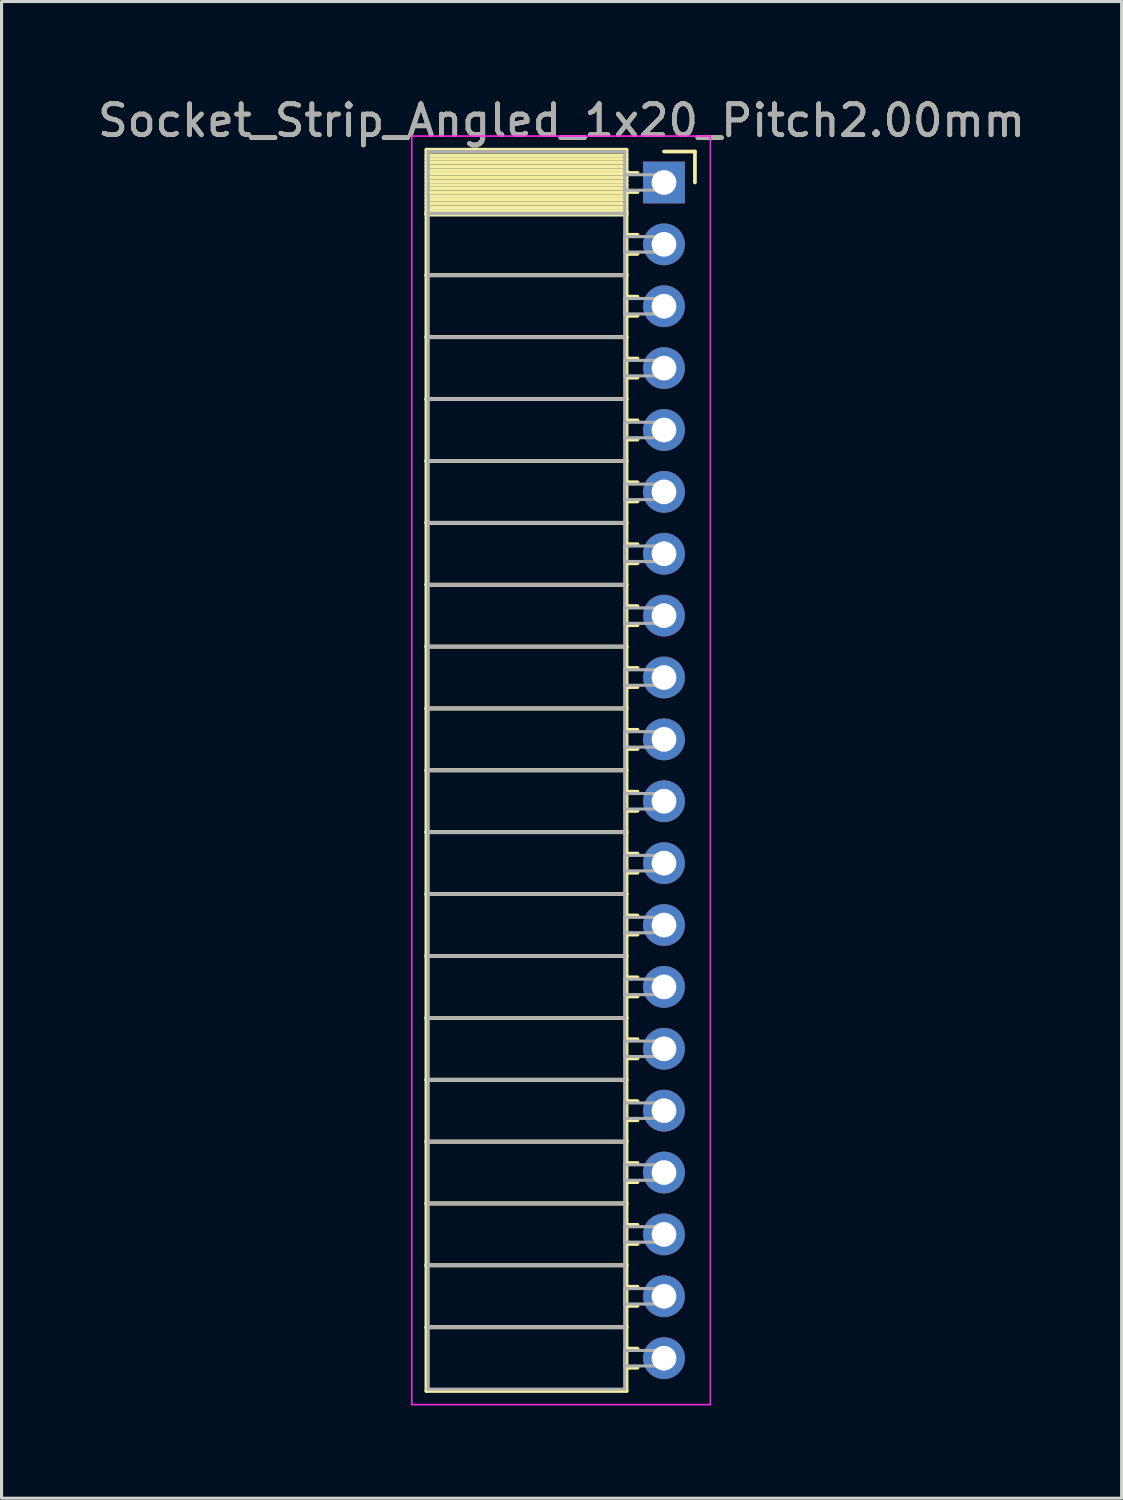
<source format=kicad_pcb>
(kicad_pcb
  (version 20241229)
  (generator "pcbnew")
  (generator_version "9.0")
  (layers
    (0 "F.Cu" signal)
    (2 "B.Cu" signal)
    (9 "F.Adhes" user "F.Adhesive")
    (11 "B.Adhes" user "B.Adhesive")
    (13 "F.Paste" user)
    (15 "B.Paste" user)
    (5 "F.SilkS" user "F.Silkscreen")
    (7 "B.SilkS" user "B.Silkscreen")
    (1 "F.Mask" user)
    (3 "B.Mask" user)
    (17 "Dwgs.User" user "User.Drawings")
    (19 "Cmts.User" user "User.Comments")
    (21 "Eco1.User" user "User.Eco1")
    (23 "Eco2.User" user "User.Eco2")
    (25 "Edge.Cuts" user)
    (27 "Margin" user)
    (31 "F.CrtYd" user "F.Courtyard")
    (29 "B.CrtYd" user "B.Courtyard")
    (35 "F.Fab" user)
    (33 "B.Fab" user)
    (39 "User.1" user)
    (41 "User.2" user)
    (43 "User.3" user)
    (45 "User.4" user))
  (footprint "Socket_Strip_Angled_1x20_Pitch2.00mm"
    (layer "F.Cu")
    (at 18.411 2.848)
    (property "Reference" "Socket_Strip_Angled_1x20_Pitch2.00mm" (at -3.31 -2 0) (layer "F.SilkS") (effects (font (size 1 1) (thickness 0.15))))
    (attr through_hole)
    (fp_line (start -7.68 -1.06) (end -1.21 -1.06) (stroke (width 0.12) (type solid)) (layer "F.SilkS"))
    (fp_line (start -7.68 1) (end -7.68 -1.06) (stroke (width 0.12) (type solid)) (layer "F.SilkS"))
    (fp_line (start -7.68 1) (end -1.21 1) (stroke (width 0.12) (type solid)) (layer "F.SilkS"))
    (fp_line (start -7.68 3) (end -7.68 1) (stroke (width 0.12) (type solid)) (layer "F.SilkS"))
    (fp_line (start -7.68 3) (end -1.21 3) (stroke (width 0.12) (type solid)) (layer "F.SilkS"))
    (fp_line (start -7.68 5) (end -7.68 3) (stroke (width 0.12) (type solid)) (layer "F.SilkS"))
    (fp_line (start -7.68 5) (end -1.21 5) (stroke (width 0.12) (type solid)) (layer "F.SilkS"))
    (fp_line (start -7.68 7) (end -7.68 5) (stroke (width 0.12) (type solid)) (layer "F.SilkS"))
    (fp_line (start -7.68 7) (end -1.21 7) (stroke (width 0.12) (type solid)) (layer "F.SilkS"))
    (fp_line (start -7.68 9) (end -7.68 7) (stroke (width 0.12) (type solid)) (layer "F.SilkS"))
    (fp_line (start -7.68 9) (end -1.21 9) (stroke (width 0.12) (type solid)) (layer "F.SilkS"))
    (fp_line (start -7.68 11) (end -7.68 9) (stroke (width 0.12) (type solid)) (layer "F.SilkS"))
    (fp_line (start -7.68 11) (end -1.21 11) (stroke (width 0.12) (type solid)) (layer "F.SilkS"))
    (fp_line (start -7.68 13) (end -7.68 11) (stroke (width 0.12) (type solid)) (layer "F.SilkS"))
    (fp_line (start -7.68 13) (end -1.21 13) (stroke (width 0.12) (type solid)) (layer "F.SilkS"))
    (fp_line (start -7.68 15) (end -7.68 13) (stroke (width 0.12) (type solid)) (layer "F.SilkS"))
    (fp_line (start -7.68 15) (end -1.21 15) (stroke (width 0.12) (type solid)) (layer "F.SilkS"))
    (fp_line (start -7.68 17) (end -7.68 15) (stroke (width 0.12) (type solid)) (layer "F.SilkS"))
    (fp_line (start -7.68 17) (end -1.21 17) (stroke (width 0.12) (type solid)) (layer "F.SilkS"))
    (fp_line (start -7.68 19) (end -7.68 17) (stroke (width 0.12) (type solid)) (layer "F.SilkS"))
    (fp_line (start -7.68 19) (end -1.21 19) (stroke (width 0.12) (type solid)) (layer "F.SilkS"))
    (fp_line (start -7.68 21) (end -7.68 19) (stroke (width 0.12) (type solid)) (layer "F.SilkS"))
    (fp_line (start -7.68 21) (end -1.21 21) (stroke (width 0.12) (type solid)) (layer "F.SilkS"))
    (fp_line (start -7.68 23) (end -7.68 21) (stroke (width 0.12) (type solid)) (layer "F.SilkS"))
    (fp_line (start -7.68 23) (end -1.21 23) (stroke (width 0.12) (type solid)) (layer "F.SilkS"))
    (fp_line (start -7.68 25) (end -7.68 23) (stroke (width 0.12) (type solid)) (layer "F.SilkS"))
    (fp_line (start -7.68 25) (end -1.21 25) (stroke (width 0.12) (type solid)) (layer "F.SilkS"))
    (fp_line (start -7.68 27) (end -7.68 25) (stroke (width 0.12) (type solid)) (layer "F.SilkS"))
    (fp_line (start -7.68 27) (end -1.21 27) (stroke (width 0.12) (type solid)) (layer "F.SilkS"))
    (fp_line (start -7.68 29) (end -7.68 27) (stroke (width 0.12) (type solid)) (layer "F.SilkS"))
    (fp_line (start -7.68 29) (end -1.21 29) (stroke (width 0.12) (type solid)) (layer "F.SilkS"))
    (fp_line (start -7.68 31) (end -7.68 29) (stroke (width 0.12) (type solid)) (layer "F.SilkS"))
    (fp_line (start -7.68 31) (end -1.21 31) (stroke (width 0.12) (type solid)) (layer "F.SilkS"))
    (fp_line (start -7.68 33) (end -7.68 31) (stroke (width 0.12) (type solid)) (layer "F.SilkS"))
    (fp_line (start -7.68 33) (end -1.21 33) (stroke (width 0.12) (type solid)) (layer "F.SilkS"))
    (fp_line (start -7.68 35) (end -7.68 33) (stroke (width 0.12) (type solid)) (layer "F.SilkS"))
    (fp_line (start -7.68 35) (end -1.21 35) (stroke (width 0.12) (type solid)) (layer "F.SilkS"))
    (fp_line (start -7.68 37) (end -7.68 35) (stroke (width 0.12) (type solid)) (layer "F.SilkS"))
    (fp_line (start -7.68 37) (end -1.21 37) (stroke (width 0.12) (type solid)) (layer "F.SilkS"))
    (fp_line (start -7.68 39.06) (end -7.68 37) (stroke (width 0.12) (type solid)) (layer "F.SilkS"))
    (fp_line (start -1.21 -1.06) (end -1.21 1) (stroke (width 0.12) (type solid)) (layer "F.SilkS"))
    (fp_line (start -1.21 -0.88) (end -7.68 -0.88) (stroke (width 0.12) (type solid)) (layer "F.SilkS"))
    (fp_line (start -1.21 -0.76) (end -7.68 -0.76) (stroke (width 0.12) (type solid)) (layer "F.SilkS"))
    (fp_line (start -1.21 -0.64) (end -7.68 -0.64) (stroke (width 0.12) (type solid)) (layer "F.SilkS"))
    (fp_line (start -1.21 -0.52) (end -7.68 -0.52) (stroke (width 0.12) (type solid)) (layer "F.SilkS"))
    (fp_line (start -1.21 -0.4) (end -7.68 -0.4) (stroke (width 0.12) (type solid)) (layer "F.SilkS"))
    (fp_line (start -1.21 -0.28) (end -7.68 -0.28) (stroke (width 0.12) (type solid)) (layer "F.SilkS"))
    (fp_line (start -1.21 -0.16) (end -7.68 -0.16) (stroke (width 0.12) (type solid)) (layer "F.SilkS"))
    (fp_line (start -1.21 -0.04) (end -7.68 -0.04) (stroke (width 0.12) (type solid)) (layer "F.SilkS"))
    (fp_line (start -1.21 0.08) (end -7.68 0.08) (stroke (width 0.12) (type solid)) (layer "F.SilkS"))
    (fp_line (start -1.21 0.2) (end -7.68 0.2) (stroke (width 0.12) (type solid)) (layer "F.SilkS"))
    (fp_line (start -1.21 0.32) (end -7.68 0.32) (stroke (width 0.12) (type solid)) (layer "F.SilkS"))
    (fp_line (start -1.21 0.44) (end -7.68 0.44) (stroke (width 0.12) (type solid)) (layer "F.SilkS"))
    (fp_line (start -1.21 0.56) (end -7.68 0.56) (stroke (width 0.12) (type solid)) (layer "F.SilkS"))
    (fp_line (start -1.21 0.68) (end -7.68 0.68) (stroke (width 0.12) (type solid)) (layer "F.SilkS"))
    (fp_line (start -1.21 0.8) (end -7.68 0.8) (stroke (width 0.12) (type solid)) (layer "F.SilkS"))
    (fp_line (start -1.21 0.92) (end -7.68 0.92) (stroke (width 0.12) (type solid)) (layer "F.SilkS"))
    (fp_line (start -1.21 1) (end -7.68 1) (stroke (width 0.12) (type solid)) (layer "F.SilkS"))
    (fp_line (start -1.21 1) (end -1.21 3) (stroke (width 0.12) (type solid)) (layer "F.SilkS"))
    (fp_line (start -1.21 1.04) (end -7.68 1.04) (stroke (width 0.12) (type solid)) (layer "F.SilkS"))
    (fp_line (start -1.21 3) (end -7.68 3) (stroke (width 0.12) (type solid)) (layer "F.SilkS"))
    (fp_line (start -1.21 3) (end -1.21 5) (stroke (width 0.12) (type solid)) (layer "F.SilkS"))
    (fp_line (start -1.21 5) (end -7.68 5) (stroke (width 0.12) (type solid)) (layer "F.SilkS"))
    (fp_line (start -1.21 5) (end -1.21 7) (stroke (width 0.12) (type solid)) (layer "F.SilkS"))
    (fp_line (start -1.21 7) (end -7.68 7) (stroke (width 0.12) (type solid)) (layer "F.SilkS"))
    (fp_line (start -1.21 7) (end -1.21 9) (stroke (width 0.12) (type solid)) (layer "F.SilkS"))
    (fp_line (start -1.21 9) (end -7.68 9) (stroke (width 0.12) (type solid)) (layer "F.SilkS"))
    (fp_line (start -1.21 9) (end -1.21 11) (stroke (width 0.12) (type solid)) (layer "F.SilkS"))
    (fp_line (start -1.21 11) (end -7.68 11) (stroke (width 0.12) (type solid)) (layer "F.SilkS"))
    (fp_line (start -1.21 11) (end -1.21 13) (stroke (width 0.12) (type solid)) (layer "F.SilkS"))
    (fp_line (start -1.21 13) (end -7.68 13) (stroke (width 0.12) (type solid)) (layer "F.SilkS"))
    (fp_line (start -1.21 13) (end -1.21 15) (stroke (width 0.12) (type solid)) (layer "F.SilkS"))
    (fp_line (start -1.21 15) (end -7.68 15) (stroke (width 0.12) (type solid)) (layer "F.SilkS"))
    (fp_line (start -1.21 15) (end -1.21 17) (stroke (width 0.12) (type solid)) (layer "F.SilkS"))
    (fp_line (start -1.21 17) (end -7.68 17) (stroke (width 0.12) (type solid)) (layer "F.SilkS"))
    (fp_line (start -1.21 17) (end -1.21 19) (stroke (width 0.12) (type solid)) (layer "F.SilkS"))
    (fp_line (start -1.21 19) (end -7.68 19) (stroke (width 0.12) (type solid)) (layer "F.SilkS"))
    (fp_line (start -1.21 19) (end -1.21 21) (stroke (width 0.12) (type solid)) (layer "F.SilkS"))
    (fp_line (start -1.21 21) (end -7.68 21) (stroke (width 0.12) (type solid)) (layer "F.SilkS"))
    (fp_line (start -1.21 21) (end -1.21 23) (stroke (width 0.12) (type solid)) (layer "F.SilkS"))
    (fp_line (start -1.21 23) (end -7.68 23) (stroke (width 0.12) (type solid)) (layer "F.SilkS"))
    (fp_line (start -1.21 23) (end -1.21 25) (stroke (width 0.12) (type solid)) (layer "F.SilkS"))
    (fp_line (start -1.21 25) (end -7.68 25) (stroke (width 0.12) (type solid)) (layer "F.SilkS"))
    (fp_line (start -1.21 25) (end -1.21 27) (stroke (width 0.12) (type solid)) (layer "F.SilkS"))
    (fp_line (start -1.21 27) (end -7.68 27) (stroke (width 0.12) (type solid)) (layer "F.SilkS"))
    (fp_line (start -1.21 27) (end -1.21 29) (stroke (width 0.12) (type solid)) (layer "F.SilkS"))
    (fp_line (start -1.21 29) (end -7.68 29) (stroke (width 0.12) (type solid)) (layer "F.SilkS"))
    (fp_line (start -1.21 29) (end -1.21 31) (stroke (width 0.12) (type solid)) (layer "F.SilkS"))
    (fp_line (start -1.21 31) (end -7.68 31) (stroke (width 0.12) (type solid)) (layer "F.SilkS"))
    (fp_line (start -1.21 31) (end -1.21 33) (stroke (width 0.12) (type solid)) (layer "F.SilkS"))
    (fp_line (start -1.21 33) (end -7.68 33) (stroke (width 0.12) (type solid)) (layer "F.SilkS"))
    (fp_line (start -1.21 33) (end -1.21 35) (stroke (width 0.12) (type solid)) (layer "F.SilkS"))
    (fp_line (start -1.21 35) (end -7.68 35) (stroke (width 0.12) (type solid)) (layer "F.SilkS"))
    (fp_line (start -1.21 35) (end -1.21 37) (stroke (width 0.12) (type solid)) (layer "F.SilkS"))
    (fp_line (start -1.21 37) (end -7.68 37) (stroke (width 0.12) (type solid)) (layer "F.SilkS"))
    (fp_line (start -1.21 37) (end -1.21 39.06) (stroke (width 0.12) (type solid)) (layer "F.SilkS"))
    (fp_line (start -1.21 39.06) (end -7.68 39.06) (stroke (width 0.12) (type solid)) (layer "F.SilkS"))
    (fp_line (start -0.855 -0.31) (end -1.21 -0.31) (stroke (width 0.12) (type solid)) (layer "F.SilkS"))
    (fp_line (start -0.855 0.31) (end -1.21 0.31) (stroke (width 0.12) (type solid)) (layer "F.SilkS"))
    (fp_line (start -0.855 1.69) (end -1.21 1.69) (stroke (width 0.12) (type solid)) (layer "F.SilkS"))
    (fp_line (start -0.855 2.31) (end -1.21 2.31) (stroke (width 0.12) (type solid)) (layer "F.SilkS"))
    (fp_line (start -0.855 3.69) (end -1.21 3.69) (stroke (width 0.12) (type solid)) (layer "F.SilkS"))
    (fp_line (start -0.855 4.31) (end -1.21 4.31) (stroke (width 0.12) (type solid)) (layer "F.SilkS"))
    (fp_line (start -0.855 5.69) (end -1.21 5.69) (stroke (width 0.12) (type solid)) (layer "F.SilkS"))
    (fp_line (start -0.855 6.31) (end -1.21 6.31) (stroke (width 0.12) (type solid)) (layer "F.SilkS"))
    (fp_line (start -0.855 7.69) (end -1.21 7.69) (stroke (width 0.12) (type solid)) (layer "F.SilkS"))
    (fp_line (start -0.855 8.31) (end -1.21 8.31) (stroke (width 0.12) (type solid)) (layer "F.SilkS"))
    (fp_line (start -0.855 9.69) (end -1.21 9.69) (stroke (width 0.12) (type solid)) (layer "F.SilkS"))
    (fp_line (start -0.855 10.31) (end -1.21 10.31) (stroke (width 0.12) (type solid)) (layer "F.SilkS"))
    (fp_line (start -0.855 11.69) (end -1.21 11.69) (stroke (width 0.12) (type solid)) (layer "F.SilkS"))
    (fp_line (start -0.855 12.31) (end -1.21 12.31) (stroke (width 0.12) (type solid)) (layer "F.SilkS"))
    (fp_line (start -0.855 13.69) (end -1.21 13.69) (stroke (width 0.12) (type solid)) (layer "F.SilkS"))
    (fp_line (start -0.855 14.31) (end -1.21 14.31) (stroke (width 0.12) (type solid)) (layer "F.SilkS"))
    (fp_line (start -0.855 15.69) (end -1.21 15.69) (stroke (width 0.12) (type solid)) (layer "F.SilkS"))
    (fp_line (start -0.855 16.31) (end -1.21 16.31) (stroke (width 0.12) (type solid)) (layer "F.SilkS"))
    (fp_line (start -0.855 17.69) (end -1.21 17.69) (stroke (width 0.12) (type solid)) (layer "F.SilkS"))
    (fp_line (start -0.855 18.31) (end -1.21 18.31) (stroke (width 0.12) (type solid)) (layer "F.SilkS"))
    (fp_line (start -0.855 19.69) (end -1.21 19.69) (stroke (width 0.12) (type solid)) (layer "F.SilkS"))
    (fp_line (start -0.855 20.31) (end -1.21 20.31) (stroke (width 0.12) (type solid)) (layer "F.SilkS"))
    (fp_line (start -0.855 21.69) (end -1.21 21.69) (stroke (width 0.12) (type solid)) (layer "F.SilkS"))
    (fp_line (start -0.855 22.31) (end -1.21 22.31) (stroke (width 0.12) (type solid)) (layer "F.SilkS"))
    (fp_line (start -0.855 23.69) (end -1.21 23.69) (stroke (width 0.12) (type solid)) (layer "F.SilkS"))
    (fp_line (start -0.855 24.31) (end -1.21 24.31) (stroke (width 0.12) (type solid)) (layer "F.SilkS"))
    (fp_line (start -0.855 25.69) (end -1.21 25.69) (stroke (width 0.12) (type solid)) (layer "F.SilkS"))
    (fp_line (start -0.855 26.31) (end -1.21 26.31) (stroke (width 0.12) (type solid)) (layer "F.SilkS"))
    (fp_line (start -0.855 27.69) (end -1.21 27.69) (stroke (width 0.12) (type solid)) (layer "F.SilkS"))
    (fp_line (start -0.855 28.31) (end -1.21 28.31) (stroke (width 0.12) (type solid)) (layer "F.SilkS"))
    (fp_line (start -0.855 29.69) (end -1.21 29.69) (stroke (width 0.12) (type solid)) (layer "F.SilkS"))
    (fp_line (start -0.855 30.31) (end -1.21 30.31) (stroke (width 0.12) (type solid)) (layer "F.SilkS"))
    (fp_line (start -0.855 31.69) (end -1.21 31.69) (stroke (width 0.12) (type solid)) (layer "F.SilkS"))
    (fp_line (start -0.855 32.31) (end -1.21 32.31) (stroke (width 0.12) (type solid)) (layer "F.SilkS"))
    (fp_line (start -0.855 33.69) (end -1.21 33.69) (stroke (width 0.12) (type solid)) (layer "F.SilkS"))
    (fp_line (start -0.855 34.31) (end -1.21 34.31) (stroke (width 0.12) (type solid)) (layer "F.SilkS"))
    (fp_line (start -0.855 35.69) (end -1.21 35.69) (stroke (width 0.12) (type solid)) (layer "F.SilkS"))
    (fp_line (start -0.855 36.31) (end -1.21 36.31) (stroke (width 0.12) (type solid)) (layer "F.SilkS"))
    (fp_line (start -0.855 37.69) (end -1.21 37.69) (stroke (width 0.12) (type solid)) (layer "F.SilkS"))
    (fp_line (start -0.855 38.31) (end -1.21 38.31) (stroke (width 0.12) (type solid)) (layer "F.SilkS"))
    (fp_line (start 0 -1) (end 1 -1) (stroke (width 0.12) (type solid)) (layer "F.SilkS"))
    (fp_line (start 1 -1) (end 1 0) (stroke (width 0.12) (type solid)) (layer "F.SilkS"))
    (fp_line (start -8.15 -1.5) (end 1.5 -1.5) (stroke (width 0.05) (type solid)) (layer "F.CrtYd"))
    (fp_line (start -8.15 39.5) (end -8.15 -1.5) (stroke (width 0.05) (type solid)) (layer "F.CrtYd"))
    (fp_line (start 1.5 -1.5) (end 1.5 39.5) (stroke (width 0.05) (type solid)) (layer "F.CrtYd"))
    (fp_line (start 1.5 39.5) (end -8.15 39.5) (stroke (width 0.05) (type solid)) (layer "F.CrtYd"))
    (fp_line (start -7.62 -1) (end -1.27 -1) (stroke (width 0.1) (type solid)) (layer "F.Fab"))
    (fp_line (start -7.62 1) (end -7.62 -1) (stroke (width 0.1) (type solid)) (layer "F.Fab"))
    (fp_line (start -7.62 1) (end -1.27 1) (stroke (width 0.1) (type solid)) (layer "F.Fab"))
    (fp_line (start -7.62 3) (end -7.62 1) (stroke (width 0.1) (type solid)) (layer "F.Fab"))
    (fp_line (start -7.62 3) (end -1.27 3) (stroke (width 0.1) (type solid)) (layer "F.Fab"))
    (fp_line (start -7.62 5) (end -7.62 3) (stroke (width 0.1) (type solid)) (layer "F.Fab"))
    (fp_line (start -7.62 5) (end -1.27 5) (stroke (width 0.1) (type solid)) (layer "F.Fab"))
    (fp_line (start -7.62 7) (end -7.62 5) (stroke (width 0.1) (type solid)) (layer "F.Fab"))
    (fp_line (start -7.62 7) (end -1.27 7) (stroke (width 0.1) (type solid)) (layer "F.Fab"))
    (fp_line (start -7.62 9) (end -7.62 7) (stroke (width 0.1) (type solid)) (layer "F.Fab"))
    (fp_line (start -7.62 9) (end -1.27 9) (stroke (width 0.1) (type solid)) (layer "F.Fab"))
    (fp_line (start -7.62 11) (end -7.62 9) (stroke (width 0.1) (type solid)) (layer "F.Fab"))
    (fp_line (start -7.62 11) (end -1.27 11) (stroke (width 0.1) (type solid)) (layer "F.Fab"))
    (fp_line (start -7.62 13) (end -7.62 11) (stroke (width 0.1) (type solid)) (layer "F.Fab"))
    (fp_line (start -7.62 13) (end -1.27 13) (stroke (width 0.1) (type solid)) (layer "F.Fab"))
    (fp_line (start -7.62 15) (end -7.62 13) (stroke (width 0.1) (type solid)) (layer "F.Fab"))
    (fp_line (start -7.62 15) (end -1.27 15) (stroke (width 0.1) (type solid)) (layer "F.Fab"))
    (fp_line (start -7.62 17) (end -7.62 15) (stroke (width 0.1) (type solid)) (layer "F.Fab"))
    (fp_line (start -7.62 17) (end -1.27 17) (stroke (width 0.1) (type solid)) (layer "F.Fab"))
    (fp_line (start -7.62 19) (end -7.62 17) (stroke (width 0.1) (type solid)) (layer "F.Fab"))
    (fp_line (start -7.62 19) (end -1.27 19) (stroke (width 0.1) (type solid)) (layer "F.Fab"))
    (fp_line (start -7.62 21) (end -7.62 19) (stroke (width 0.1) (type solid)) (layer "F.Fab"))
    (fp_line (start -7.62 21) (end -1.27 21) (stroke (width 0.1) (type solid)) (layer "F.Fab"))
    (fp_line (start -7.62 23) (end -7.62 21) (stroke (width 0.1) (type solid)) (layer "F.Fab"))
    (fp_line (start -7.62 23) (end -1.27 23) (stroke (width 0.1) (type solid)) (layer "F.Fab"))
    (fp_line (start -7.62 25) (end -7.62 23) (stroke (width 0.1) (type solid)) (layer "F.Fab"))
    (fp_line (start -7.62 25) (end -1.27 25) (stroke (width 0.1) (type solid)) (layer "F.Fab"))
    (fp_line (start -7.62 27) (end -7.62 25) (stroke (width 0.1) (type solid)) (layer "F.Fab"))
    (fp_line (start -7.62 27) (end -1.27 27) (stroke (width 0.1) (type solid)) (layer "F.Fab"))
    (fp_line (start -7.62 29) (end -7.62 27) (stroke (width 0.1) (type solid)) (layer "F.Fab"))
    (fp_line (start -7.62 29) (end -1.27 29) (stroke (width 0.1) (type solid)) (layer "F.Fab"))
    (fp_line (start -7.62 31) (end -7.62 29) (stroke (width 0.1) (type solid)) (layer "F.Fab"))
    (fp_line (start -7.62 31) (end -1.27 31) (stroke (width 0.1) (type solid)) (layer "F.Fab"))
    (fp_line (start -7.62 33) (end -7.62 31) (stroke (width 0.1) (type solid)) (layer "F.Fab"))
    (fp_line (start -7.62 33) (end -1.27 33) (stroke (width 0.1) (type solid)) (layer "F.Fab"))
    (fp_line (start -7.62 35) (end -7.62 33) (stroke (width 0.1) (type solid)) (layer "F.Fab"))
    (fp_line (start -7.62 35) (end -1.27 35) (stroke (width 0.1) (type solid)) (layer "F.Fab"))
    (fp_line (start -7.62 37) (end -7.62 35) (stroke (width 0.1) (type solid)) (layer "F.Fab"))
    (fp_line (start -7.62 37) (end -1.27 37) (stroke (width 0.1) (type solid)) (layer "F.Fab"))
    (fp_line (start -7.62 39) (end -7.62 37) (stroke (width 0.1) (type solid)) (layer "F.Fab"))
    (fp_line (start -1.27 -1) (end -1.27 1) (stroke (width 0.1) (type solid)) (layer "F.Fab"))
    (fp_line (start -1.27 -0.25) (end 0 -0.25) (stroke (width 0.1) (type solid)) (layer "F.Fab"))
    (fp_line (start -1.27 0.25) (end -1.27 -0.25) (stroke (width 0.1) (type solid)) (layer "F.Fab"))
    (fp_line (start -1.27 1) (end -7.62 1) (stroke (width 0.1) (type solid)) (layer "F.Fab"))
    (fp_line (start -1.27 1) (end -1.27 3) (stroke (width 0.1) (type solid)) (layer "F.Fab"))
    (fp_line (start -1.27 1.75) (end 0 1.75) (stroke (width 0.1) (type solid)) (layer "F.Fab"))
    (fp_line (start -1.27 2.25) (end -1.27 1.75) (stroke (width 0.1) (type solid)) (layer "F.Fab"))
    (fp_line (start -1.27 3) (end -7.62 3) (stroke (width 0.1) (type solid)) (layer "F.Fab"))
    (fp_line (start -1.27 3) (end -1.27 5) (stroke (width 0.1) (type solid)) (layer "F.Fab"))
    (fp_line (start -1.27 3.75) (end 0 3.75) (stroke (width 0.1) (type solid)) (layer "F.Fab"))
    (fp_line (start -1.27 4.25) (end -1.27 3.75) (stroke (width 0.1) (type solid)) (layer "F.Fab"))
    (fp_line (start -1.27 5) (end -7.62 5) (stroke (width 0.1) (type solid)) (layer "F.Fab"))
    (fp_line (start -1.27 5) (end -1.27 7) (stroke (width 0.1) (type solid)) (layer "F.Fab"))
    (fp_line (start -1.27 5.75) (end 0 5.75) (stroke (width 0.1) (type solid)) (layer "F.Fab"))
    (fp_line (start -1.27 6.25) (end -1.27 5.75) (stroke (width 0.1) (type solid)) (layer "F.Fab"))
    (fp_line (start -1.27 7) (end -7.62 7) (stroke (width 0.1) (type solid)) (layer "F.Fab"))
    (fp_line (start -1.27 7) (end -1.27 9) (stroke (width 0.1) (type solid)) (layer "F.Fab"))
    (fp_line (start -1.27 7.75) (end 0 7.75) (stroke (width 0.1) (type solid)) (layer "F.Fab"))
    (fp_line (start -1.27 8.25) (end -1.27 7.75) (stroke (width 0.1) (type solid)) (layer "F.Fab"))
    (fp_line (start -1.27 9) (end -7.62 9) (stroke (width 0.1) (type solid)) (layer "F.Fab"))
    (fp_line (start -1.27 9) (end -1.27 11) (stroke (width 0.1) (type solid)) (layer "F.Fab"))
    (fp_line (start -1.27 9.75) (end 0 9.75) (stroke (width 0.1) (type solid)) (layer "F.Fab"))
    (fp_line (start -1.27 10.25) (end -1.27 9.75) (stroke (width 0.1) (type solid)) (layer "F.Fab"))
    (fp_line (start -1.27 11) (end -7.62 11) (stroke (width 0.1) (type solid)) (layer "F.Fab"))
    (fp_line (start -1.27 11) (end -1.27 13) (stroke (width 0.1) (type solid)) (layer "F.Fab"))
    (fp_line (start -1.27 11.75) (end 0 11.75) (stroke (width 0.1) (type solid)) (layer "F.Fab"))
    (fp_line (start -1.27 12.25) (end -1.27 11.75) (stroke (width 0.1) (type solid)) (layer "F.Fab"))
    (fp_line (start -1.27 13) (end -7.62 13) (stroke (width 0.1) (type solid)) (layer "F.Fab"))
    (fp_line (start -1.27 13) (end -1.27 15) (stroke (width 0.1) (type solid)) (layer "F.Fab"))
    (fp_line (start -1.27 13.75) (end 0 13.75) (stroke (width 0.1) (type solid)) (layer "F.Fab"))
    (fp_line (start -1.27 14.25) (end -1.27 13.75) (stroke (width 0.1) (type solid)) (layer "F.Fab"))
    (fp_line (start -1.27 15) (end -7.62 15) (stroke (width 0.1) (type solid)) (layer "F.Fab"))
    (fp_line (start -1.27 15) (end -1.27 17) (stroke (width 0.1) (type solid)) (layer "F.Fab"))
    (fp_line (start -1.27 15.75) (end 0 15.75) (stroke (width 0.1) (type solid)) (layer "F.Fab"))
    (fp_line (start -1.27 16.25) (end -1.27 15.75) (stroke (width 0.1) (type solid)) (layer "F.Fab"))
    (fp_line (start -1.27 17) (end -7.62 17) (stroke (width 0.1) (type solid)) (layer "F.Fab"))
    (fp_line (start -1.27 17) (end -1.27 19) (stroke (width 0.1) (type solid)) (layer "F.Fab"))
    (fp_line (start -1.27 17.75) (end 0 17.75) (stroke (width 0.1) (type solid)) (layer "F.Fab"))
    (fp_line (start -1.27 18.25) (end -1.27 17.75) (stroke (width 0.1) (type solid)) (layer "F.Fab"))
    (fp_line (start -1.27 19) (end -7.62 19) (stroke (width 0.1) (type solid)) (layer "F.Fab"))
    (fp_line (start -1.27 19) (end -1.27 21) (stroke (width 0.1) (type solid)) (layer "F.Fab"))
    (fp_line (start -1.27 19.75) (end 0 19.75) (stroke (width 0.1) (type solid)) (layer "F.Fab"))
    (fp_line (start -1.27 20.25) (end -1.27 19.75) (stroke (width 0.1) (type solid)) (layer "F.Fab"))
    (fp_line (start -1.27 21) (end -7.62 21) (stroke (width 0.1) (type solid)) (layer "F.Fab"))
    (fp_line (start -1.27 21) (end -1.27 23) (stroke (width 0.1) (type solid)) (layer "F.Fab"))
    (fp_line (start -1.27 21.75) (end 0 21.75) (stroke (width 0.1) (type solid)) (layer "F.Fab"))
    (fp_line (start -1.27 22.25) (end -1.27 21.75) (stroke (width 0.1) (type solid)) (layer "F.Fab"))
    (fp_line (start -1.27 23) (end -7.62 23) (stroke (width 0.1) (type solid)) (layer "F.Fab"))
    (fp_line (start -1.27 23) (end -1.27 25) (stroke (width 0.1) (type solid)) (layer "F.Fab"))
    (fp_line (start -1.27 23.75) (end 0 23.75) (stroke (width 0.1) (type solid)) (layer "F.Fab"))
    (fp_line (start -1.27 24.25) (end -1.27 23.75) (stroke (width 0.1) (type solid)) (layer "F.Fab"))
    (fp_line (start -1.27 25) (end -7.62 25) (stroke (width 0.1) (type solid)) (layer "F.Fab"))
    (fp_line (start -1.27 25) (end -1.27 27) (stroke (width 0.1) (type solid)) (layer "F.Fab"))
    (fp_line (start -1.27 25.75) (end 0 25.75) (stroke (width 0.1) (type solid)) (layer "F.Fab"))
    (fp_line (start -1.27 26.25) (end -1.27 25.75) (stroke (width 0.1) (type solid)) (layer "F.Fab"))
    (fp_line (start -1.27 27) (end -7.62 27) (stroke (width 0.1) (type solid)) (layer "F.Fab"))
    (fp_line (start -1.27 27) (end -1.27 29) (stroke (width 0.1) (type solid)) (layer "F.Fab"))
    (fp_line (start -1.27 27.75) (end 0 27.75) (stroke (width 0.1) (type solid)) (layer "F.Fab"))
    (fp_line (start -1.27 28.25) (end -1.27 27.75) (stroke (width 0.1) (type solid)) (layer "F.Fab"))
    (fp_line (start -1.27 29) (end -7.62 29) (stroke (width 0.1) (type solid)) (layer "F.Fab"))
    (fp_line (start -1.27 29) (end -1.27 31) (stroke (width 0.1) (type solid)) (layer "F.Fab"))
    (fp_line (start -1.27 29.75) (end 0 29.75) (stroke (width 0.1) (type solid)) (layer "F.Fab"))
    (fp_line (start -1.27 30.25) (end -1.27 29.75) (stroke (width 0.1) (type solid)) (layer "F.Fab"))
    (fp_line (start -1.27 31) (end -7.62 31) (stroke (width 0.1) (type solid)) (layer "F.Fab"))
    (fp_line (start -1.27 31) (end -1.27 33) (stroke (width 0.1) (type solid)) (layer "F.Fab"))
    (fp_line (start -1.27 31.75) (end 0 31.75) (stroke (width 0.1) (type solid)) (layer "F.Fab"))
    (fp_line (start -1.27 32.25) (end -1.27 31.75) (stroke (width 0.1) (type solid)) (layer "F.Fab"))
    (fp_line (start -1.27 33) (end -7.62 33) (stroke (width 0.1) (type solid)) (layer "F.Fab"))
    (fp_line (start -1.27 33) (end -1.27 35) (stroke (width 0.1) (type solid)) (layer "F.Fab"))
    (fp_line (start -1.27 33.75) (end 0 33.75) (stroke (width 0.1) (type solid)) (layer "F.Fab"))
    (fp_line (start -1.27 34.25) (end -1.27 33.75) (stroke (width 0.1) (type solid)) (layer "F.Fab"))
    (fp_line (start -1.27 35) (end -7.62 35) (stroke (width 0.1) (type solid)) (layer "F.Fab"))
    (fp_line (start -1.27 35) (end -1.27 37) (stroke (width 0.1) (type solid)) (layer "F.Fab"))
    (fp_line (start -1.27 35.75) (end 0 35.75) (stroke (width 0.1) (type solid)) (layer "F.Fab"))
    (fp_line (start -1.27 36.25) (end -1.27 35.75) (stroke (width 0.1) (type solid)) (layer "F.Fab"))
    (fp_line (start -1.27 37) (end -7.62 37) (stroke (width 0.1) (type solid)) (layer "F.Fab"))
    (fp_line (start -1.27 37) (end -1.27 39) (stroke (width 0.1) (type solid)) (layer "F.Fab"))
    (fp_line (start -1.27 37.75) (end 0 37.75) (stroke (width 0.1) (type solid)) (layer "F.Fab"))
    (fp_line (start -1.27 38.25) (end -1.27 37.75) (stroke (width 0.1) (type solid)) (layer "F.Fab"))
    (fp_line (start -1.27 39) (end -7.62 39) (stroke (width 0.1) (type solid)) (layer "F.Fab"))
    (fp_line (start 0 -0.25) (end 0 0.25) (stroke (width 0.1) (type solid)) (layer "F.Fab"))
    (fp_line (start 0 0.25) (end -1.27 0.25) (stroke (width 0.1) (type solid)) (layer "F.Fab"))
    (fp_line (start 0 1.75) (end 0 2.25) (stroke (width 0.1) (type solid)) (layer "F.Fab"))
    (fp_line (start 0 2.25) (end -1.27 2.25) (stroke (width 0.1) (type solid)) (layer "F.Fab"))
    (fp_line (start 0 3.75) (end 0 4.25) (stroke (width 0.1) (type solid)) (layer "F.Fab"))
    (fp_line (start 0 4.25) (end -1.27 4.25) (stroke (width 0.1) (type solid)) (layer "F.Fab"))
    (fp_line (start 0 5.75) (end 0 6.25) (stroke (width 0.1) (type solid)) (layer "F.Fab"))
    (fp_line (start 0 6.25) (end -1.27 6.25) (stroke (width 0.1) (type solid)) (layer "F.Fab"))
    (fp_line (start 0 7.75) (end 0 8.25) (stroke (width 0.1) (type solid)) (layer "F.Fab"))
    (fp_line (start 0 8.25) (end -1.27 8.25) (stroke (width 0.1) (type solid)) (layer "F.Fab"))
    (fp_line (start 0 9.75) (end 0 10.25) (stroke (width 0.1) (type solid)) (layer "F.Fab"))
    (fp_line (start 0 10.25) (end -1.27 10.25) (stroke (width 0.1) (type solid)) (layer "F.Fab"))
    (fp_line (start 0 11.75) (end 0 12.25) (stroke (width 0.1) (type solid)) (layer "F.Fab"))
    (fp_line (start 0 12.25) (end -1.27 12.25) (stroke (width 0.1) (type solid)) (layer "F.Fab"))
    (fp_line (start 0 13.75) (end 0 14.25) (stroke (width 0.1) (type solid)) (layer "F.Fab"))
    (fp_line (start 0 14.25) (end -1.27 14.25) (stroke (width 0.1) (type solid)) (layer "F.Fab"))
    (fp_line (start 0 15.75) (end 0 16.25) (stroke (width 0.1) (type solid)) (layer "F.Fab"))
    (fp_line (start 0 16.25) (end -1.27 16.25) (stroke (width 0.1) (type solid)) (layer "F.Fab"))
    (fp_line (start 0 17.75) (end 0 18.25) (stroke (width 0.1) (type solid)) (layer "F.Fab"))
    (fp_line (start 0 18.25) (end -1.27 18.25) (stroke (width 0.1) (type solid)) (layer "F.Fab"))
    (fp_line (start 0 19.75) (end 0 20.25) (stroke (width 0.1) (type solid)) (layer "F.Fab"))
    (fp_line (start 0 20.25) (end -1.27 20.25) (stroke (width 0.1) (type solid)) (layer "F.Fab"))
    (fp_line (start 0 21.75) (end 0 22.25) (stroke (width 0.1) (type solid)) (layer "F.Fab"))
    (fp_line (start 0 22.25) (end -1.27 22.25) (stroke (width 0.1) (type solid)) (layer "F.Fab"))
    (fp_line (start 0 23.75) (end 0 24.25) (stroke (width 0.1) (type solid)) (layer "F.Fab"))
    (fp_line (start 0 24.25) (end -1.27 24.25) (stroke (width 0.1) (type solid)) (layer "F.Fab"))
    (fp_line (start 0 25.75) (end 0 26.25) (stroke (width 0.1) (type solid)) (layer "F.Fab"))
    (fp_line (start 0 26.25) (end -1.27 26.25) (stroke (width 0.1) (type solid)) (layer "F.Fab"))
    (fp_line (start 0 27.75) (end 0 28.25) (stroke (width 0.1) (type solid)) (layer "F.Fab"))
    (fp_line (start 0 28.25) (end -1.27 28.25) (stroke (width 0.1) (type solid)) (layer "F.Fab"))
    (fp_line (start 0 29.75) (end 0 30.25) (stroke (width 0.1) (type solid)) (layer "F.Fab"))
    (fp_line (start 0 30.25) (end -1.27 30.25) (stroke (width 0.1) (type solid)) (layer "F.Fab"))
    (fp_line (start 0 31.75) (end 0 32.25) (stroke (width 0.1) (type solid)) (layer "F.Fab"))
    (fp_line (start 0 32.25) (end -1.27 32.25) (stroke (width 0.1) (type solid)) (layer "F.Fab"))
    (fp_line (start 0 33.75) (end 0 34.25) (stroke (width 0.1) (type solid)) (layer "F.Fab"))
    (fp_line (start 0 34.25) (end -1.27 34.25) (stroke (width 0.1) (type solid)) (layer "F.Fab"))
    (fp_line (start 0 35.75) (end 0 36.25) (stroke (width 0.1) (type solid)) (layer "F.Fab"))
    (fp_line (start 0 36.25) (end -1.27 36.25) (stroke (width 0.1) (type solid)) (layer "F.Fab"))
    (fp_line (start 0 37.75) (end 0 38.25) (stroke (width 0.1) (type solid)) (layer "F.Fab"))
    (fp_line (start 0 38.25) (end -1.27 38.25) (stroke (width 0.1) (type solid)) (layer "F.Fab"))
    (fp_text user "${REFERENCE}" (at -3.31 -2 0) (layer "F.Fab") (effects (font (size 1 1) (thickness 0.15))))
    (pad "1" thru_hole rect (at 0 0) (size 1.35 1.35) (drill 0.8) (layers "*.Cu" "*.Mask"))
    (pad "2" thru_hole oval (at 0 2) (size 1.35 1.35) (drill 0.8) (layers "*.Cu" "*.Mask"))
    (pad "3" thru_hole oval (at 0 4) (size 1.35 1.35) (drill 0.8) (layers "*.Cu" "*.Mask"))
    (pad "4" thru_hole oval (at 0 6) (size 1.35 1.35) (drill 0.8) (layers "*.Cu" "*.Mask"))
    (pad "5" thru_hole oval (at 0 8) (size 1.35 1.35) (drill 0.8) (layers "*.Cu" "*.Mask"))
    (pad "6" thru_hole oval (at 0 10) (size 1.35 1.35) (drill 0.8) (layers "*.Cu" "*.Mask"))
    (pad "7" thru_hole oval (at 0 12) (size 1.35 1.35) (drill 0.8) (layers "*.Cu" "*.Mask"))
    (pad "8" thru_hole oval (at 0 14) (size 1.35 1.35) (drill 0.8) (layers "*.Cu" "*.Mask"))
    (pad "9" thru_hole oval (at 0 16) (size 1.35 1.35) (drill 0.8) (layers "*.Cu" "*.Mask"))
    (pad "10" thru_hole oval (at 0 18) (size 1.35 1.35) (drill 0.8) (layers "*.Cu" "*.Mask"))
    (pad "11" thru_hole oval (at 0 20) (size 1.35 1.35) (drill 0.8) (layers "*.Cu" "*.Mask"))
    (pad "12" thru_hole oval (at 0 22) (size 1.35 1.35) (drill 0.8) (layers "*.Cu" "*.Mask"))
    (pad "13" thru_hole oval (at 0 24) (size 1.35 1.35) (drill 0.8) (layers "*.Cu" "*.Mask"))
    (pad "14" thru_hole oval (at 0 26) (size 1.35 1.35) (drill 0.8) (layers "*.Cu" "*.Mask"))
    (pad "15" thru_hole oval (at 0 28) (size 1.35 1.35) (drill 0.8) (layers "*.Cu" "*.Mask"))
    (pad "16" thru_hole oval (at 0 30) (size 1.35 1.35) (drill 0.8) (layers "*.Cu" "*.Mask"))
    (pad "17" thru_hole oval (at 0 32) (size 1.35 1.35) (drill 0.8) (layers "*.Cu" "*.Mask"))
    (pad "18" thru_hole oval (at 0 34) (size 1.35 1.35) (drill 0.8) (layers "*.Cu" "*.Mask"))
    (pad "19" thru_hole oval (at 0 36) (size 1.35 1.35) (drill 0.8) (layers "*.Cu" "*.Mask"))
    (pad "20" thru_hole oval (at 0 38) (size 1.35 1.35) (drill 0.8) (layers "*.Cu" "*.Mask")))
  (gr_rect
    (start -3 -3)
    (end 33.202 45.373)
    (stroke (width 0.1) (type default))
    (fill no)
    (layer "Edge.Cuts")))
</source>
